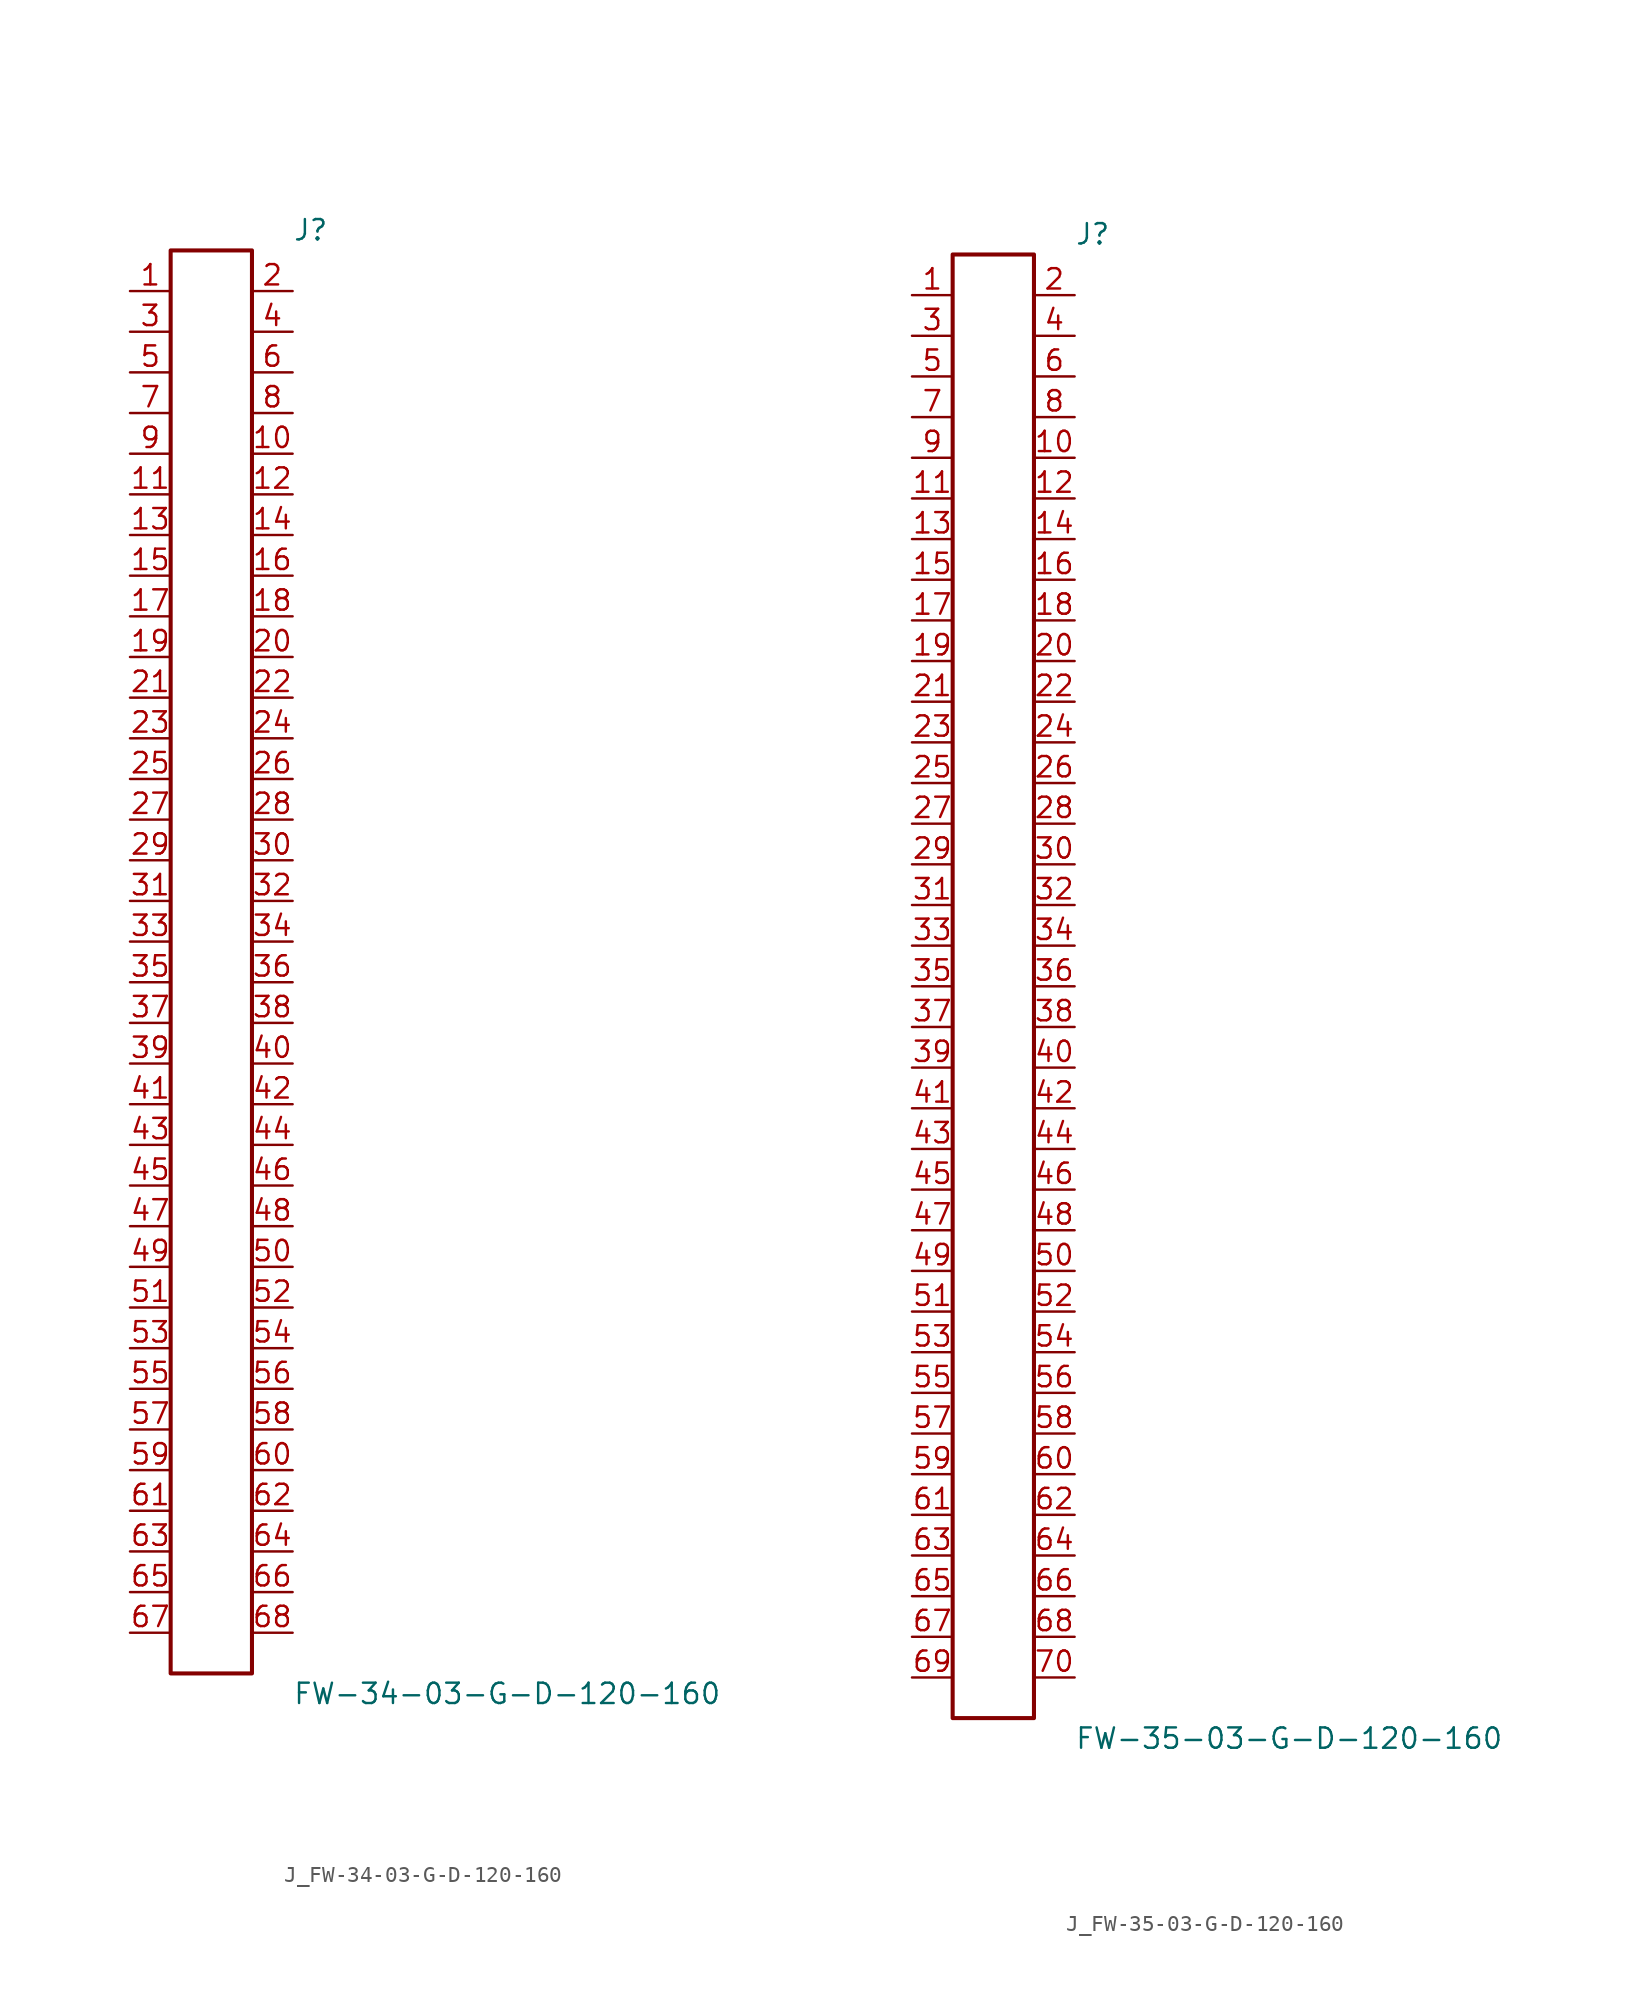
<source format=kicad_sym>
(kicad_symbol_lib
  (version 20231120)
  (generator kicad_symbol_editor)
  (generator_version 8.0)
  (symbol "J_FW-34-03-G-D-120-160"
    (pin_names
      (offset 0.254))
    (property "Reference" "J"
      (at 5.08 45.72 0)
      (effects (font (size 1.27 1.27)) (justify left)))
    (property "Value" "FW-34-03-G-D-120-160"
      (at 5.08 -45.72 0)
      (effects (font (size 1.27 1.27)) (justify left)))
    (symbol "J_FW-34-03-G-D-120-160_0_0"
      (pin passive line (at -5.08 41.91 0) (length 2.54) (name "" (effects (font (size 1.27 1.27)))) (number "1" (effects (font (size 1.27 1.27)))))
      (pin passive line (at 5.08 41.91 180) (length 2.54) (name "" (effects (font (size 1.27 1.27)))) (number "2" (effects (font (size 1.27 1.27)))))
      (pin passive line (at -5.08 39.37 0) (length 2.54) (name "" (effects (font (size 1.27 1.27)))) (number "3" (effects (font (size 1.27 1.27)))))
      (pin passive line (at 5.08 39.37 180) (length 2.54) (name "" (effects (font (size 1.27 1.27)))) (number "4" (effects (font (size 1.27 1.27)))))
      (pin passive line (at -5.08 36.83 0) (length 2.54) (name "" (effects (font (size 1.27 1.27)))) (number "5" (effects (font (size 1.27 1.27)))))
      (pin passive line (at 5.08 36.83 180) (length 2.54) (name "" (effects (font (size 1.27 1.27)))) (number "6" (effects (font (size 1.27 1.27)))))
      (pin passive line (at -5.08 34.29 0) (length 2.54) (name "" (effects (font (size 1.27 1.27)))) (number "7" (effects (font (size 1.27 1.27)))))
      (pin passive line (at 5.08 34.29 180) (length 2.54) (name "" (effects (font (size 1.27 1.27)))) (number "8" (effects (font (size 1.27 1.27)))))
      (pin passive line (at -5.08 31.75 0) (length 2.54) (name "" (effects (font (size 1.27 1.27)))) (number "9" (effects (font (size 1.27 1.27)))))
      (pin passive line (at 5.08 31.75 180) (length 2.54) (name "" (effects (font (size 1.27 1.27)))) (number "10" (effects (font (size 1.27 1.27)))))
      (pin passive line (at -5.08 29.21 0) (length 2.54) (name "" (effects (font (size 1.27 1.27)))) (number "11" (effects (font (size 1.27 1.27)))))
      (pin passive line (at 5.08 29.21 180) (length 2.54) (name "" (effects (font (size 1.27 1.27)))) (number "12" (effects (font (size 1.27 1.27)))))
      (pin passive line (at -5.08 26.67 0) (length 2.54) (name "" (effects (font (size 1.27 1.27)))) (number "13" (effects (font (size 1.27 1.27)))))
      (pin passive line (at 5.08 26.67 180) (length 2.54) (name "" (effects (font (size 1.27 1.27)))) (number "14" (effects (font (size 1.27 1.27)))))
      (pin passive line (at -5.08 24.13 0) (length 2.54) (name "" (effects (font (size 1.27 1.27)))) (number "15" (effects (font (size 1.27 1.27)))))
      (pin passive line (at 5.08 24.13 180) (length 2.54) (name "" (effects (font (size 1.27 1.27)))) (number "16" (effects (font (size 1.27 1.27)))))
      (pin passive line (at -5.08 21.59 0) (length 2.54) (name "" (effects (font (size 1.27 1.27)))) (number "17" (effects (font (size 1.27 1.27)))))
      (pin passive line (at 5.08 21.59 180) (length 2.54) (name "" (effects (font (size 1.27 1.27)))) (number "18" (effects (font (size 1.27 1.27)))))
      (pin passive line (at -5.08 19.05 0) (length 2.54) (name "" (effects (font (size 1.27 1.27)))) (number "19" (effects (font (size 1.27 1.27)))))
      (pin passive line (at 5.08 19.05 180) (length 2.54) (name "" (effects (font (size 1.27 1.27)))) (number "20" (effects (font (size 1.27 1.27)))))
      (pin passive line (at -5.08 16.51 0) (length 2.54) (name "" (effects (font (size 1.27 1.27)))) (number "21" (effects (font (size 1.27 1.27)))))
      (pin passive line (at 5.08 16.51 180) (length 2.54) (name "" (effects (font (size 1.27 1.27)))) (number "22" (effects (font (size 1.27 1.27)))))
      (pin passive line (at -5.08 13.97 0) (length 2.54) (name "" (effects (font (size 1.27 1.27)))) (number "23" (effects (font (size 1.27 1.27)))))
      (pin passive line (at 5.08 13.97 180) (length 2.54) (name "" (effects (font (size 1.27 1.27)))) (number "24" (effects (font (size 1.27 1.27)))))
      (pin passive line (at -5.08 11.43 0) (length 2.54) (name "" (effects (font (size 1.27 1.27)))) (number "25" (effects (font (size 1.27 1.27)))))
      (pin passive line (at 5.08 11.43 180) (length 2.54) (name "" (effects (font (size 1.27 1.27)))) (number "26" (effects (font (size 1.27 1.27)))))
      (pin passive line (at -5.08 8.89 0) (length 2.54) (name "" (effects (font (size 1.27 1.27)))) (number "27" (effects (font (size 1.27 1.27)))))
      (pin passive line (at 5.08 8.89 180) (length 2.54) (name "" (effects (font (size 1.27 1.27)))) (number "28" (effects (font (size 1.27 1.27)))))
      (pin passive line (at -5.08 6.35 0) (length 2.54) (name "" (effects (font (size 1.27 1.27)))) (number "29" (effects (font (size 1.27 1.27)))))
      (pin passive line (at 5.08 6.35 180) (length 2.54) (name "" (effects (font (size 1.27 1.27)))) (number "30" (effects (font (size 1.27 1.27)))))
      (pin passive line (at -5.08 3.81 0) (length 2.54) (name "" (effects (font (size 1.27 1.27)))) (number "31" (effects (font (size 1.27 1.27)))))
      (pin passive line (at 5.08 3.81 180) (length 2.54) (name "" (effects (font (size 1.27 1.27)))) (number "32" (effects (font (size 1.27 1.27)))))
      (pin passive line (at -5.08 1.27 0) (length 2.54) (name "" (effects (font (size 1.27 1.27)))) (number "33" (effects (font (size 1.27 1.27)))))
      (pin passive line (at 5.08 1.27 180) (length 2.54) (name "" (effects (font (size 1.27 1.27)))) (number "34" (effects (font (size 1.27 1.27)))))
      (pin passive line (at -5.08 -1.27 0) (length 2.54) (name "" (effects (font (size 1.27 1.27)))) (number "35" (effects (font (size 1.27 1.27)))))
      (pin passive line (at 5.08 -1.27 180) (length 2.54) (name "" (effects (font (size 1.27 1.27)))) (number "36" (effects (font (size 1.27 1.27)))))
      (pin passive line (at -5.08 -3.81 0) (length 2.54) (name "" (effects (font (size 1.27 1.27)))) (number "37" (effects (font (size 1.27 1.27)))))
      (pin passive line (at 5.08 -3.81 180) (length 2.54) (name "" (effects (font (size 1.27 1.27)))) (number "38" (effects (font (size 1.27 1.27)))))
      (pin passive line (at -5.08 -6.35 0) (length 2.54) (name "" (effects (font (size 1.27 1.27)))) (number "39" (effects (font (size 1.27 1.27)))))
      (pin passive line (at 5.08 -6.35 180) (length 2.54) (name "" (effects (font (size 1.27 1.27)))) (number "40" (effects (font (size 1.27 1.27)))))
      (pin passive line (at -5.08 -8.89 0) (length 2.54) (name "" (effects (font (size 1.27 1.27)))) (number "41" (effects (font (size 1.27 1.27)))))
      (pin passive line (at 5.08 -8.89 180) (length 2.54) (name "" (effects (font (size 1.27 1.27)))) (number "42" (effects (font (size 1.27 1.27)))))
      (pin passive line (at -5.08 -11.43 0) (length 2.54) (name "" (effects (font (size 1.27 1.27)))) (number "43" (effects (font (size 1.27 1.27)))))
      (pin passive line (at 5.08 -11.43 180) (length 2.54) (name "" (effects (font (size 1.27 1.27)))) (number "44" (effects (font (size 1.27 1.27)))))
      (pin passive line (at -5.08 -13.97 0) (length 2.54) (name "" (effects (font (size 1.27 1.27)))) (number "45" (effects (font (size 1.27 1.27)))))
      (pin passive line (at 5.08 -13.97 180) (length 2.54) (name "" (effects (font (size 1.27 1.27)))) (number "46" (effects (font (size 1.27 1.27)))))
      (pin passive line (at -5.08 -16.51 0) (length 2.54) (name "" (effects (font (size 1.27 1.27)))) (number "47" (effects (font (size 1.27 1.27)))))
      (pin passive line (at 5.08 -16.51 180) (length 2.54) (name "" (effects (font (size 1.27 1.27)))) (number "48" (effects (font (size 1.27 1.27)))))
      (pin passive line (at -5.08 -19.05 0) (length 2.54) (name "" (effects (font (size 1.27 1.27)))) (number "49" (effects (font (size 1.27 1.27)))))
      (pin passive line (at 5.08 -19.05 180) (length 2.54) (name "" (effects (font (size 1.27 1.27)))) (number "50" (effects (font (size 1.27 1.27)))))
      (pin passive line (at -5.08 -21.59 0) (length 2.54) (name "" (effects (font (size 1.27 1.27)))) (number "51" (effects (font (size 1.27 1.27)))))
      (pin passive line (at 5.08 -21.59 180) (length 2.54) (name "" (effects (font (size 1.27 1.27)))) (number "52" (effects (font (size 1.27 1.27)))))
      (pin passive line (at -5.08 -24.13 0) (length 2.54) (name "" (effects (font (size 1.27 1.27)))) (number "53" (effects (font (size 1.27 1.27)))))
      (pin passive line (at 5.08 -24.13 180) (length 2.54) (name "" (effects (font (size 1.27 1.27)))) (number "54" (effects (font (size 1.27 1.27)))))
      (pin passive line (at -5.08 -26.67 0) (length 2.54) (name "" (effects (font (size 1.27 1.27)))) (number "55" (effects (font (size 1.27 1.27)))))
      (pin passive line (at 5.08 -26.67 180) (length 2.54) (name "" (effects (font (size 1.27 1.27)))) (number "56" (effects (font (size 1.27 1.27)))))
      (pin passive line (at -5.08 -29.21 0) (length 2.54) (name "" (effects (font (size 1.27 1.27)))) (number "57" (effects (font (size 1.27 1.27)))))
      (pin passive line (at 5.08 -29.21 180) (length 2.54) (name "" (effects (font (size 1.27 1.27)))) (number "58" (effects (font (size 1.27 1.27)))))
      (pin passive line (at -5.08 -31.75 0) (length 2.54) (name "" (effects (font (size 1.27 1.27)))) (number "59" (effects (font (size 1.27 1.27)))))
      (pin passive line (at 5.08 -31.75 180) (length 2.54) (name "" (effects (font (size 1.27 1.27)))) (number "60" (effects (font (size 1.27 1.27)))))
      (pin passive line (at -5.08 -34.29 0) (length 2.54) (name "" (effects (font (size 1.27 1.27)))) (number "61" (effects (font (size 1.27 1.27)))))
      (pin passive line (at 5.08 -34.29 180) (length 2.54) (name "" (effects (font (size 1.27 1.27)))) (number "62" (effects (font (size 1.27 1.27)))))
      (pin passive line (at -5.08 -36.83 0) (length 2.54) (name "" (effects (font (size 1.27 1.27)))) (number "63" (effects (font (size 1.27 1.27)))))
      (pin passive line (at 5.08 -36.83 180) (length 2.54) (name "" (effects (font (size 1.27 1.27)))) (number "64" (effects (font (size 1.27 1.27)))))
      (pin passive line (at -5.08 -39.37 0) (length 2.54) (name "" (effects (font (size 1.27 1.27)))) (number "65" (effects (font (size 1.27 1.27)))))
      (pin passive line (at 5.08 -39.37 180) (length 2.54) (name "" (effects (font (size 1.27 1.27)))) (number "66" (effects (font (size 1.27 1.27)))))
      (pin passive line (at -5.08 -41.91 0) (length 2.54) (name "" (effects (font (size 1.27 1.27)))) (number "67" (effects (font (size 1.27 1.27)))))
      (pin passive line (at 5.08 -41.91 180) (length 2.54) (name "" (effects (font (size 1.27 1.27)))) (number "68" (effects (font (size 1.27 1.27))))))
    (symbol "J_FW-34-03-G-D-120-160_1_0"
      (rectangle (start -2.54 44.45) (end 2.54 -44.45) (stroke (width 0.254) (type solid)) (fill (type none)))))
  (symbol "J_FW-35-03-G-D-120-160"
    (pin_names
      (offset 0.254))
    (property "Reference" "J"
      (at 5.08 46.99 0)
      (effects (font (size 1.27 1.27)) (justify left)))
    (property "Value" "FW-35-03-G-D-120-160"
      (at 5.08 -46.99 0)
      (effects (font (size 1.27 1.27)) (justify left)))
    (symbol "J_FW-35-03-G-D-120-160_0_0"
      (pin passive line (at -5.08 43.18 0) (length 2.54) (name "" (effects (font (size 1.27 1.27)))) (number "1" (effects (font (size 1.27 1.27)))))
      (pin passive line (at 5.08 43.18 180) (length 2.54) (name "" (effects (font (size 1.27 1.27)))) (number "2" (effects (font (size 1.27 1.27)))))
      (pin passive line (at -5.08 40.64 0) (length 2.54) (name "" (effects (font (size 1.27 1.27)))) (number "3" (effects (font (size 1.27 1.27)))))
      (pin passive line (at 5.08 40.64 180) (length 2.54) (name "" (effects (font (size 1.27 1.27)))) (number "4" (effects (font (size 1.27 1.27)))))
      (pin passive line (at -5.08 38.1 0) (length 2.54) (name "" (effects (font (size 1.27 1.27)))) (number "5" (effects (font (size 1.27 1.27)))))
      (pin passive line (at 5.08 38.1 180) (length 2.54) (name "" (effects (font (size 1.27 1.27)))) (number "6" (effects (font (size 1.27 1.27)))))
      (pin passive line (at -5.08 35.56 0) (length 2.54) (name "" (effects (font (size 1.27 1.27)))) (number "7" (effects (font (size 1.27 1.27)))))
      (pin passive line (at 5.08 35.56 180) (length 2.54) (name "" (effects (font (size 1.27 1.27)))) (number "8" (effects (font (size 1.27 1.27)))))
      (pin passive line (at -5.08 33.02 0) (length 2.54) (name "" (effects (font (size 1.27 1.27)))) (number "9" (effects (font (size 1.27 1.27)))))
      (pin passive line (at 5.08 33.02 180) (length 2.54) (name "" (effects (font (size 1.27 1.27)))) (number "10" (effects (font (size 1.27 1.27)))))
      (pin passive line (at -5.08 30.48 0) (length 2.54) (name "" (effects (font (size 1.27 1.27)))) (number "11" (effects (font (size 1.27 1.27)))))
      (pin passive line (at 5.08 30.48 180) (length 2.54) (name "" (effects (font (size 1.27 1.27)))) (number "12" (effects (font (size 1.27 1.27)))))
      (pin passive line (at -5.08 27.94 0) (length 2.54) (name "" (effects (font (size 1.27 1.27)))) (number "13" (effects (font (size 1.27 1.27)))))
      (pin passive line (at 5.08 27.94 180) (length 2.54) (name "" (effects (font (size 1.27 1.27)))) (number "14" (effects (font (size 1.27 1.27)))))
      (pin passive line (at -5.08 25.4 0) (length 2.54) (name "" (effects (font (size 1.27 1.27)))) (number "15" (effects (font (size 1.27 1.27)))))
      (pin passive line (at 5.08 25.4 180) (length 2.54) (name "" (effects (font (size 1.27 1.27)))) (number "16" (effects (font (size 1.27 1.27)))))
      (pin passive line (at -5.08 22.86 0) (length 2.54) (name "" (effects (font (size 1.27 1.27)))) (number "17" (effects (font (size 1.27 1.27)))))
      (pin passive line (at 5.08 22.86 180) (length 2.54) (name "" (effects (font (size 1.27 1.27)))) (number "18" (effects (font (size 1.27 1.27)))))
      (pin passive line (at -5.08 20.32 0) (length 2.54) (name "" (effects (font (size 1.27 1.27)))) (number "19" (effects (font (size 1.27 1.27)))))
      (pin passive line (at 5.08 20.32 180) (length 2.54) (name "" (effects (font (size 1.27 1.27)))) (number "20" (effects (font (size 1.27 1.27)))))
      (pin passive line (at -5.08 17.78 0) (length 2.54) (name "" (effects (font (size 1.27 1.27)))) (number "21" (effects (font (size 1.27 1.27)))))
      (pin passive line (at 5.08 17.78 180) (length 2.54) (name "" (effects (font (size 1.27 1.27)))) (number "22" (effects (font (size 1.27 1.27)))))
      (pin passive line (at -5.08 15.24 0) (length 2.54) (name "" (effects (font (size 1.27 1.27)))) (number "23" (effects (font (size 1.27 1.27)))))
      (pin passive line (at 5.08 15.24 180) (length 2.54) (name "" (effects (font (size 1.27 1.27)))) (number "24" (effects (font (size 1.27 1.27)))))
      (pin passive line (at -5.08 12.7 0) (length 2.54) (name "" (effects (font (size 1.27 1.27)))) (number "25" (effects (font (size 1.27 1.27)))))
      (pin passive line (at 5.08 12.7 180) (length 2.54) (name "" (effects (font (size 1.27 1.27)))) (number "26" (effects (font (size 1.27 1.27)))))
      (pin passive line (at -5.08 10.16 0) (length 2.54) (name "" (effects (font (size 1.27 1.27)))) (number "27" (effects (font (size 1.27 1.27)))))
      (pin passive line (at 5.08 10.16 180) (length 2.54) (name "" (effects (font (size 1.27 1.27)))) (number "28" (effects (font (size 1.27 1.27)))))
      (pin passive line (at -5.08 7.62 0) (length 2.54) (name "" (effects (font (size 1.27 1.27)))) (number "29" (effects (font (size 1.27 1.27)))))
      (pin passive line (at 5.08 7.62 180) (length 2.54) (name "" (effects (font (size 1.27 1.27)))) (number "30" (effects (font (size 1.27 1.27)))))
      (pin passive line (at -5.08 5.08 0) (length 2.54) (name "" (effects (font (size 1.27 1.27)))) (number "31" (effects (font (size 1.27 1.27)))))
      (pin passive line (at 5.08 5.08 180) (length 2.54) (name "" (effects (font (size 1.27 1.27)))) (number "32" (effects (font (size 1.27 1.27)))))
      (pin passive line (at -5.08 2.54 0) (length 2.54) (name "" (effects (font (size 1.27 1.27)))) (number "33" (effects (font (size 1.27 1.27)))))
      (pin passive line (at 5.08 2.54 180) (length 2.54) (name "" (effects (font (size 1.27 1.27)))) (number "34" (effects (font (size 1.27 1.27)))))
      (pin passive line (at -5.08 0.0 0) (length 2.54) (name "" (effects (font (size 1.27 1.27)))) (number "35" (effects (font (size 1.27 1.27)))))
      (pin passive line (at 5.08 0.0 180) (length 2.54) (name "" (effects (font (size 1.27 1.27)))) (number "36" (effects (font (size 1.27 1.27)))))
      (pin passive line (at -5.08 -2.54 0) (length 2.54) (name "" (effects (font (size 1.27 1.27)))) (number "37" (effects (font (size 1.27 1.27)))))
      (pin passive line (at 5.08 -2.54 180) (length 2.54) (name "" (effects (font (size 1.27 1.27)))) (number "38" (effects (font (size 1.27 1.27)))))
      (pin passive line (at -5.08 -5.08 0) (length 2.54) (name "" (effects (font (size 1.27 1.27)))) (number "39" (effects (font (size 1.27 1.27)))))
      (pin passive line (at 5.08 -5.08 180) (length 2.54) (name "" (effects (font (size 1.27 1.27)))) (number "40" (effects (font (size 1.27 1.27)))))
      (pin passive line (at -5.08 -7.62 0) (length 2.54) (name "" (effects (font (size 1.27 1.27)))) (number "41" (effects (font (size 1.27 1.27)))))
      (pin passive line (at 5.08 -7.62 180) (length 2.54) (name "" (effects (font (size 1.27 1.27)))) (number "42" (effects (font (size 1.27 1.27)))))
      (pin passive line (at -5.08 -10.16 0) (length 2.54) (name "" (effects (font (size 1.27 1.27)))) (number "43" (effects (font (size 1.27 1.27)))))
      (pin passive line (at 5.08 -10.16 180) (length 2.54) (name "" (effects (font (size 1.27 1.27)))) (number "44" (effects (font (size 1.27 1.27)))))
      (pin passive line (at -5.08 -12.7 0) (length 2.54) (name "" (effects (font (size 1.27 1.27)))) (number "45" (effects (font (size 1.27 1.27)))))
      (pin passive line (at 5.08 -12.7 180) (length 2.54) (name "" (effects (font (size 1.27 1.27)))) (number "46" (effects (font (size 1.27 1.27)))))
      (pin passive line (at -5.08 -15.24 0) (length 2.54) (name "" (effects (font (size 1.27 1.27)))) (number "47" (effects (font (size 1.27 1.27)))))
      (pin passive line (at 5.08 -15.24 180) (length 2.54) (name "" (effects (font (size 1.27 1.27)))) (number "48" (effects (font (size 1.27 1.27)))))
      (pin passive line (at -5.08 -17.78 0) (length 2.54) (name "" (effects (font (size 1.27 1.27)))) (number "49" (effects (font (size 1.27 1.27)))))
      (pin passive line (at 5.08 -17.78 180) (length 2.54) (name "" (effects (font (size 1.27 1.27)))) (number "50" (effects (font (size 1.27 1.27)))))
      (pin passive line (at -5.08 -20.32 0) (length 2.54) (name "" (effects (font (size 1.27 1.27)))) (number "51" (effects (font (size 1.27 1.27)))))
      (pin passive line (at 5.08 -20.32 180) (length 2.54) (name "" (effects (font (size 1.27 1.27)))) (number "52" (effects (font (size 1.27 1.27)))))
      (pin passive line (at -5.08 -22.86 0) (length 2.54) (name "" (effects (font (size 1.27 1.27)))) (number "53" (effects (font (size 1.27 1.27)))))
      (pin passive line (at 5.08 -22.86 180) (length 2.54) (name "" (effects (font (size 1.27 1.27)))) (number "54" (effects (font (size 1.27 1.27)))))
      (pin passive line (at -5.08 -25.4 0) (length 2.54) (name "" (effects (font (size 1.27 1.27)))) (number "55" (effects (font (size 1.27 1.27)))))
      (pin passive line (at 5.08 -25.4 180) (length 2.54) (name "" (effects (font (size 1.27 1.27)))) (number "56" (effects (font (size 1.27 1.27)))))
      (pin passive line (at -5.08 -27.94 0) (length 2.54) (name "" (effects (font (size 1.27 1.27)))) (number "57" (effects (font (size 1.27 1.27)))))
      (pin passive line (at 5.08 -27.94 180) (length 2.54) (name "" (effects (font (size 1.27 1.27)))) (number "58" (effects (font (size 1.27 1.27)))))
      (pin passive line (at -5.08 -30.48 0) (length 2.54) (name "" (effects (font (size 1.27 1.27)))) (number "59" (effects (font (size 1.27 1.27)))))
      (pin passive line (at 5.08 -30.48 180) (length 2.54) (name "" (effects (font (size 1.27 1.27)))) (number "60" (effects (font (size 1.27 1.27)))))
      (pin passive line (at -5.08 -33.02 0) (length 2.54) (name "" (effects (font (size 1.27 1.27)))) (number "61" (effects (font (size 1.27 1.27)))))
      (pin passive line (at 5.08 -33.02 180) (length 2.54) (name "" (effects (font (size 1.27 1.27)))) (number "62" (effects (font (size 1.27 1.27)))))
      (pin passive line (at -5.08 -35.56 0) (length 2.54) (name "" (effects (font (size 1.27 1.27)))) (number "63" (effects (font (size 1.27 1.27)))))
      (pin passive line (at 5.08 -35.56 180) (length 2.54) (name "" (effects (font (size 1.27 1.27)))) (number "64" (effects (font (size 1.27 1.27)))))
      (pin passive line (at -5.08 -38.1 0) (length 2.54) (name "" (effects (font (size 1.27 1.27)))) (number "65" (effects (font (size 1.27 1.27)))))
      (pin passive line (at 5.08 -38.1 180) (length 2.54) (name "" (effects (font (size 1.27 1.27)))) (number "66" (effects (font (size 1.27 1.27)))))
      (pin passive line (at -5.08 -40.64 0) (length 2.54) (name "" (effects (font (size 1.27 1.27)))) (number "67" (effects (font (size 1.27 1.27)))))
      (pin passive line (at 5.08 -40.64 180) (length 2.54) (name "" (effects (font (size 1.27 1.27)))) (number "68" (effects (font (size 1.27 1.27)))))
      (pin passive line (at -5.08 -43.18 0) (length 2.54) (name "" (effects (font (size 1.27 1.27)))) (number "69" (effects (font (size 1.27 1.27)))))
      (pin passive line (at 5.08 -43.18 180) (length 2.54) (name "" (effects (font (size 1.27 1.27)))) (number "70" (effects (font (size 1.27 1.27))))))
    (symbol "J_FW-35-03-G-D-120-160_1_0"
      (rectangle (start -2.54 45.72) (end 2.54 -45.72) (stroke (width 0.254) (type solid)) (fill (type none))))))
</source>
